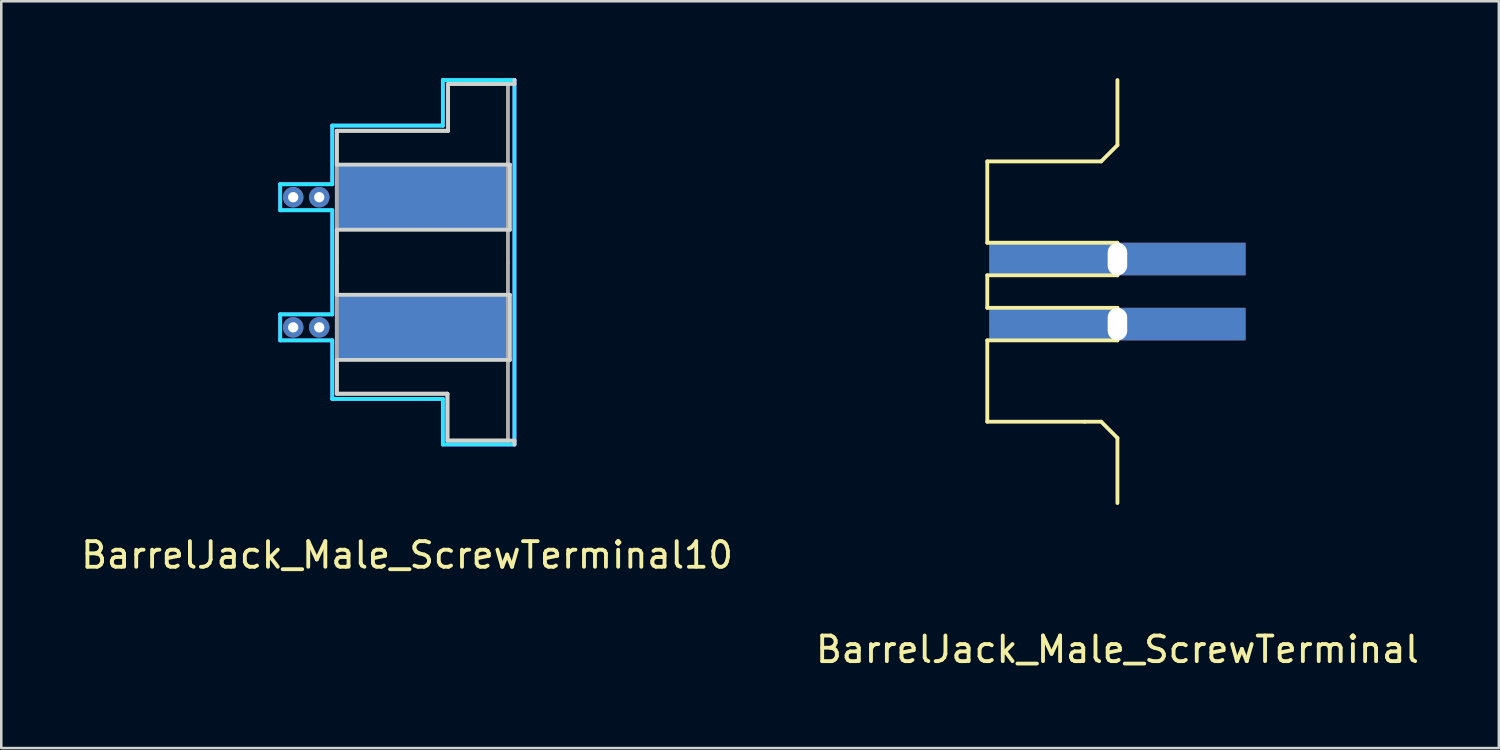
<source format=kicad_pcb>
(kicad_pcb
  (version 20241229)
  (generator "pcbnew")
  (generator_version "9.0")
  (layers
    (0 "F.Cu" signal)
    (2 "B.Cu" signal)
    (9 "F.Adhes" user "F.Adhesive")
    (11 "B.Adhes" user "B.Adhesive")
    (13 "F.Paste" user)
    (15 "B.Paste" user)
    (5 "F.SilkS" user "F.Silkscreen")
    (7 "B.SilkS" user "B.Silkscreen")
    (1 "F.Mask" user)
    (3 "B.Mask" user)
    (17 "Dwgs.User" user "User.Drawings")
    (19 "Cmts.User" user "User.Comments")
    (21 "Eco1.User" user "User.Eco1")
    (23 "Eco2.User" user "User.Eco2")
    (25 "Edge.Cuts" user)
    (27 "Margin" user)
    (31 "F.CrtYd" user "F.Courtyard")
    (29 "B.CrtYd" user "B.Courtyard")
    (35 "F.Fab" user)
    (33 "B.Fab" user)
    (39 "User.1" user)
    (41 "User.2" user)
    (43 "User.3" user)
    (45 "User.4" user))
  (footprint "BarrelJack_Male_ScrewTerminal10"
    (layer "F.Cu")
    (at 13.474 7.187)
    (property "Reference" "BarrelJack_Male_ScrewTerminal10" (at -0.635 11.43 0) (layer "F.SilkS") (effects (font (size 1 1) (thickness 0.15))))
    (attr through_hole)
    (fp_line (start -3.378 -5.131) (end -3.378 -3.81) (stroke (width 0.15) (type solid)) (layer "Edge.Cuts"))
    (fp_line (start -3.378 -3.81) (end 3.378 -3.81) (stroke (width 0.15) (type solid)) (layer "Edge.Cuts"))
    (fp_line (start -3.378 -1.27) (end -3.378 1.27) (stroke (width 0.15) (type solid)) (layer "Edge.Cuts"))
    (fp_line (start -3.378 1.27) (end 3.378 1.27) (stroke (width 0.15) (type solid)) (layer "Edge.Cuts"))
    (fp_line (start -3.378 3.81) (end -3.378 5.131) (stroke (width 0.15) (type solid)) (layer "Edge.Cuts"))
    (fp_line (start -3.378 5.131) (end 0.94 5.131) (stroke (width 0.15) (type solid)) (layer "Edge.Cuts"))
    (fp_line (start 0.94 5.131) (end 0.94 6.96) (stroke (width 0.15) (type solid)) (layer "Edge.Cuts"))
    (fp_line (start 0.94 6.96) (end 3.302 6.96) (stroke (width 0.15) (type solid)) (layer "Edge.Cuts"))
    (fp_line (start 0.965 -6.96) (end 0.965 -5.131) (stroke (width 0.15) (type solid)) (layer "Edge.Cuts"))
    (fp_line (start 0.965 -5.131) (end -3.378 -5.131) (stroke (width 0.15) (type solid)) (layer "Edge.Cuts"))
    (fp_line (start 3.302 -6.96) (end 0.965 -6.96) (stroke (width 0.15) (type solid)) (layer "Edge.Cuts"))
    (fp_line (start 3.302 6.96) (end 3.556 6.96) (stroke (width 0.15) (type solid)) (layer "Edge.Cuts"))
    (fp_line (start 3.378 -3.81) (end 3.378 -1.27) (stroke (width 0.15) (type solid)) (layer "Edge.Cuts"))
    (fp_line (start 3.378 -1.27) (end -3.378 -1.27) (stroke (width 0.15) (type solid)) (layer "Edge.Cuts"))
    (fp_line (start 3.378 1.27) (end 3.378 3.81) (stroke (width 0.15) (type solid)) (layer "Edge.Cuts"))
    (fp_line (start 3.378 3.81) (end -3.378 3.81) (stroke (width 0.15) (type solid)) (layer "Edge.Cuts"))
    (fp_line (start 3.556 -7.112) (end 3.556 -6.96) (stroke (width 0.15) (type solid)) (layer "Edge.Cuts"))
    (fp_line (start 3.556 -6.96) (end 3.302 -6.96) (stroke (width 0.15) (type solid)) (layer "Edge.Cuts"))
    (fp_line (start 3.556 7.112) (end 3.556 6.96) (stroke (width 0.15) (type solid)) (layer "Edge.Cuts"))
    (fp_line (start -5.588 -3.048) (end -3.556 -3.048) (stroke (width 0.15) (type solid)) (layer "B.CrtYd"))
    (fp_line (start -5.588 -2.032) (end -5.588 -3.048) (stroke (width 0.15) (type solid)) (layer "B.CrtYd"))
    (fp_line (start -5.588 2.032) (end -3.556 2.032) (stroke (width 0.15) (type solid)) (layer "B.CrtYd"))
    (fp_line (start -5.588 3.048) (end -5.588 2.032) (stroke (width 0.15) (type solid)) (layer "B.CrtYd"))
    (fp_line (start -3.556 -5.334) (end 0.762 -5.334) (stroke (width 0.15) (type solid)) (layer "B.CrtYd"))
    (fp_line (start -3.556 -3.048) (end -3.556 -5.334) (stroke (width 0.15) (type solid)) (layer "B.CrtYd"))
    (fp_line (start -3.556 -2.032) (end -5.588 -2.032) (stroke (width 0.15) (type solid)) (layer "B.CrtYd"))
    (fp_line (start -3.556 2.032) (end -3.556 -2.032) (stroke (width 0.15) (type solid)) (layer "B.CrtYd"))
    (fp_line (start -3.556 3.048) (end -5.588 3.048) (stroke (width 0.15) (type solid)) (layer "B.CrtYd"))
    (fp_line (start -3.556 5.334) (end -3.556 3.048) (stroke (width 0.15) (type solid)) (layer "B.CrtYd"))
    (fp_line (start 0.762 -7.112) (end 3.556 -7.112) (stroke (width 0.15) (type solid)) (layer "B.CrtYd"))
    (fp_line (start 0.762 -5.334) (end 0.762 -7.112) (stroke (width 0.15) (type solid)) (layer "B.CrtYd"))
    (fp_line (start 0.762 5.334) (end -3.556 5.334) (stroke (width 0.15) (type solid)) (layer "B.CrtYd"))
    (fp_line (start 0.762 7.112) (end 0.762 5.334) (stroke (width 0.15) (type solid)) (layer "B.CrtYd"))
    (fp_line (start 3.556 -7.112) (end 3.556 7.112) (stroke (width 0.15) (type solid)) (layer "B.CrtYd"))
    (fp_line (start 3.556 7.112) (end 0.762 7.112) (stroke (width 0.15) (type solid)) (layer "B.CrtYd"))
    (fp_line (start -5.588 -3.048) (end -3.556 -3.048) (stroke (width 0.15) (type solid)) (layer "F.CrtYd"))
    (fp_line (start -5.588 -2.032) (end -5.588 -3.048) (stroke (width 0.15) (type solid)) (layer "F.CrtYd"))
    (fp_line (start -5.588 2.032) (end -3.556 2.032) (stroke (width 0.15) (type solid)) (layer "F.CrtYd"))
    (fp_line (start -5.588 3.048) (end -5.588 2.032) (stroke (width 0.15) (type solid)) (layer "F.CrtYd"))
    (fp_line (start -3.556 -5.334) (end 0.762 -5.334) (stroke (width 0.15) (type solid)) (layer "F.CrtYd"))
    (fp_line (start -3.556 -3.048) (end -3.556 -5.334) (stroke (width 0.15) (type solid)) (layer "F.CrtYd"))
    (fp_line (start -3.556 -2.032) (end -5.588 -2.032) (stroke (width 0.15) (type solid)) (layer "F.CrtYd"))
    (fp_line (start -3.556 2.032) (end -3.556 -2.032) (stroke (width 0.15) (type solid)) (layer "F.CrtYd"))
    (fp_line (start -3.556 3.048) (end -5.588 3.048) (stroke (width 0.15) (type solid)) (layer "F.CrtYd"))
    (fp_line (start -3.556 5.334) (end -3.556 3.048) (stroke (width 0.15) (type solid)) (layer "F.CrtYd"))
    (fp_line (start 0.762 -7.112) (end 3.302 -7.112) (stroke (width 0.15) (type solid)) (layer "F.CrtYd"))
    (fp_line (start 0.762 -5.334) (end 0.762 -7.112) (stroke (width 0.15) (type solid)) (layer "F.CrtYd"))
    (fp_line (start 0.762 5.334) (end -3.556 5.334) (stroke (width 0.15) (type solid)) (layer "F.CrtYd"))
    (fp_line (start 0.762 7.112) (end 0.762 5.334) (stroke (width 0.15) (type solid)) (layer "F.CrtYd"))
    (fp_line (start 3.302 7.112) (end 0.762 7.112) (stroke (width 0.15) (type solid)) (layer "F.CrtYd"))
    (fp_line (start 3.556 -7.112) (end 3.302 -7.112) (stroke (width 0.15) (type solid)) (layer "F.CrtYd"))
    (fp_line (start 3.556 -7.112) (end 3.556 7.112) (stroke (width 0.15) (type solid)) (layer "F.CrtYd"))
    (fp_line (start 3.556 7.112) (end 3.302 7.112) (stroke (width 0.15) (type solid)) (layer "F.CrtYd"))
    (fp_line (start -3.378 -5.131) (end 0.94 -5.131) (stroke (width 0.15) (type solid)) (layer "F.Fab"))
    (fp_line (start -3.378 0) (end -3.378 -5.131) (stroke (width 0.15) (type solid)) (layer "F.Fab"))
    (fp_line (start -3.378 0) (end -3.378 5.131) (stroke (width 0.15) (type solid)) (layer "F.Fab"))
    (fp_line (start -3.378 5.131) (end 0.94 5.131) (stroke (width 0.15) (type solid)) (layer "F.Fab"))
    (fp_line (start 0.94 5.131) (end 0.94 6.96) (stroke (width 0.15) (type solid)) (layer "F.Fab"))
    (fp_line (start 0.965 -6.96) (end 3.302 -6.96) (stroke (width 0.15) (type solid)) (layer "F.Fab"))
    (fp_line (start 0.965 -5.131) (end 0.965 -6.96) (stroke (width 0.15) (type solid)) (layer "F.Fab"))
    (fp_line (start 0.965 6.96) (end 3.302 6.96) (stroke (width 0.15) (type solid)) (layer "F.Fab"))
    (fp_line (start 3.302 0) (end 3.302 -6.934) (stroke (width 0.15) (type solid)) (layer "F.Fab"))
    (fp_line (start 3.302 6.96) (end 3.302 0.025) (stroke (width 0.15) (type solid)) (layer "F.Fab"))
    (pad "1" thru_hole circle (at -5.08 -2.54) (size 0.8 0.8) (drill 0.4) (layers "*.Cu"))
    (pad "1" thru_hole circle (at -4.064 -2.54) (size 0.8 0.8) (drill 0.4) (layers "*.Cu"))
    (pad "1" connect rect (at 0 -2.54) (size 6.756 2.54) (layers "F.Cu" "F.Mask"))
    (pad "1" connect rect (at 0 -2.54) (size 6.756 2.54) (layers "B.Cu" "B.Mask"))
    (pad "2" thru_hole circle (at -5.08 2.54) (size 0.8 0.8) (drill 0.4) (layers "*.Cu"))
    (pad "2" thru_hole circle (at -4.064 2.54) (size 0.8 0.8) (drill 0.4) (layers "*.Cu"))
    (pad "2" connect rect (at 0 2.54) (size 6.756 2.54) (layers "F.Cu" "F.Mask"))
    (pad "2" connect rect (at 0 2.54) (size 6.756 2.54) (layers "B.Cu" "B.Mask")))
  (footprint "BarrelJack_Male_ScrewTerminal"
    (layer "F.Cu")
    (at 40.565 9.6)
    (property "Reference" "BarrelJack_Male_ScrewTerminal" (at 0 12.7 0) (layer "F.SilkS") (effects (font (size 1 1) (thickness 0.15))))
    (attr through_hole)
    (fp_line (start -5.08 -6.35) (end -0.635 -6.35) (stroke (width 0.15) (type solid)) (layer "F.SilkS"))
    (fp_line (start -5.08 -3.175) (end -5.08 -6.35) (stroke (width 0.15) (type solid)) (layer "F.SilkS"))
    (fp_line (start -5.08 -1.905) (end -5.08 -0.635) (stroke (width 0.15) (type solid)) (layer "F.SilkS"))
    (fp_line (start -5.08 -1.905) (end 0 -1.905) (stroke (width 0.15) (type solid)) (layer "F.SilkS"))
    (fp_line (start -5.08 -0.635) (end 0 -0.635) (stroke (width 0.15) (type solid)) (layer "F.SilkS"))
    (fp_line (start -5.08 0.635) (end -5.08 3.81) (stroke (width 0.15) (type solid)) (layer "F.SilkS"))
    (fp_line (start -5.08 3.81) (end -1.27 3.81) (stroke (width 0.15) (type solid)) (layer "F.SilkS"))
    (fp_line (start -1.27 3.81) (end -0.635 3.81) (stroke (width 0.15) (type solid)) (layer "F.SilkS"))
    (fp_line (start -0.635 -6.35) (end 0 -6.985) (stroke (width 0.15) (type solid)) (layer "F.SilkS"))
    (fp_line (start -0.635 3.81) (end 0 4.445) (stroke (width 0.15) (type solid)) (layer "F.SilkS"))
    (fp_line (start 0 -6.985) (end 0 -9.525) (stroke (width 0.15) (type solid)) (layer "F.SilkS"))
    (fp_line (start 0 -3.175) (end -5.08 -3.175) (stroke (width 0.15) (type solid)) (layer "F.SilkS"))
    (fp_line (start 0 -1.905) (end 0 -3.175) (stroke (width 0.15) (type solid)) (layer "F.SilkS"))
    (fp_line (start 0 -0.635) (end 0 0.635) (stroke (width 0.15) (type solid)) (layer "F.SilkS"))
    (fp_line (start 0 0.635) (end -5.08 0.635) (stroke (width 0.15) (type solid)) (layer "F.SilkS"))
    (fp_line (start 0 4.445) (end 0 6.985) (stroke (width 0.15) (type solid)) (layer "F.SilkS"))
    (pad "1" thru_hole rect (at 0 0) (size 10 1.27) (drill oval 0.762 1.27) (layers "*.Cu" "*.Mask"))
    (pad "2" thru_hole rect (at 0 -2.54) (size 10 1.27) (drill oval 0.762 1.27) (layers "*.Cu" "*.Mask")))
  (gr_rect
    (start -3 -3)
    (end 55.452 26.148)
    (stroke (width 0.1) (type default))
    (fill no)
    (layer "Edge.Cuts")))
</source>
